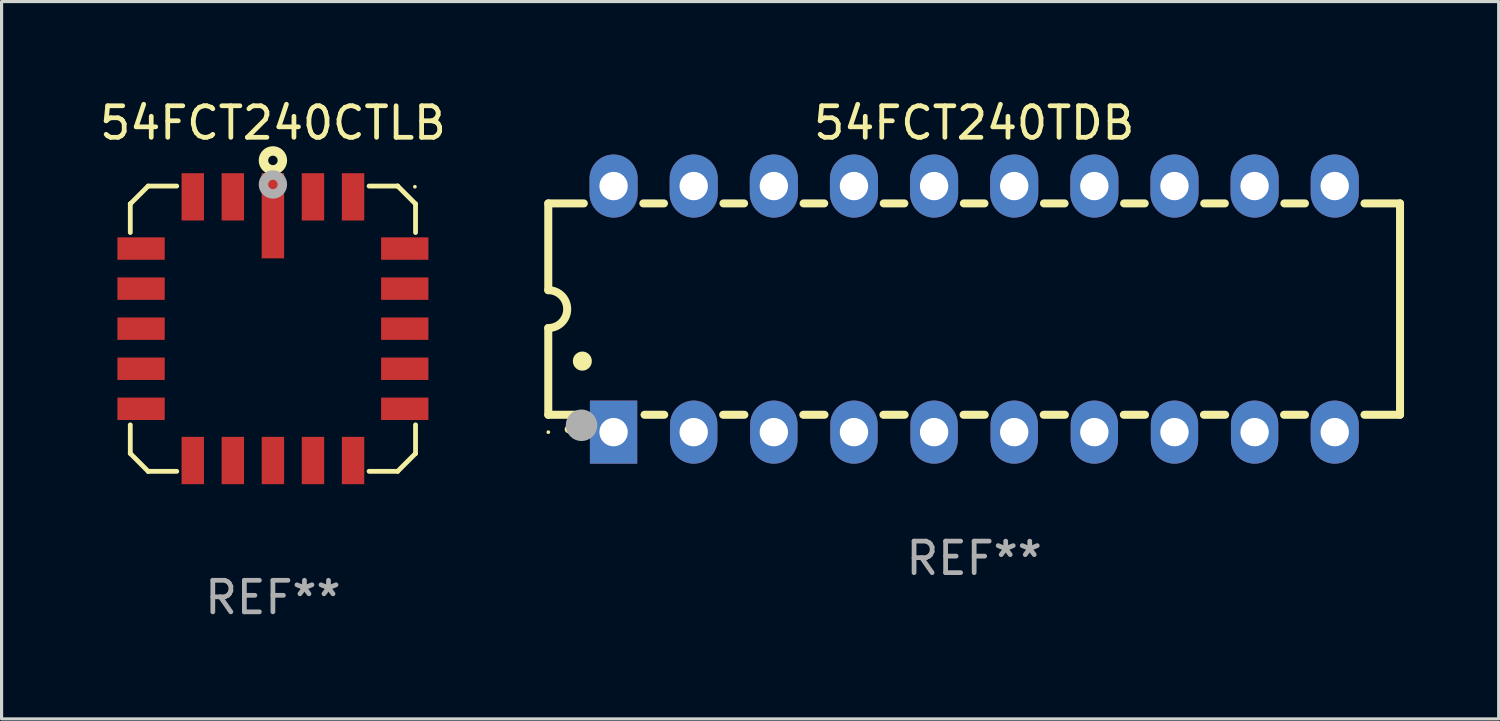
<source format=kicad_pcb>
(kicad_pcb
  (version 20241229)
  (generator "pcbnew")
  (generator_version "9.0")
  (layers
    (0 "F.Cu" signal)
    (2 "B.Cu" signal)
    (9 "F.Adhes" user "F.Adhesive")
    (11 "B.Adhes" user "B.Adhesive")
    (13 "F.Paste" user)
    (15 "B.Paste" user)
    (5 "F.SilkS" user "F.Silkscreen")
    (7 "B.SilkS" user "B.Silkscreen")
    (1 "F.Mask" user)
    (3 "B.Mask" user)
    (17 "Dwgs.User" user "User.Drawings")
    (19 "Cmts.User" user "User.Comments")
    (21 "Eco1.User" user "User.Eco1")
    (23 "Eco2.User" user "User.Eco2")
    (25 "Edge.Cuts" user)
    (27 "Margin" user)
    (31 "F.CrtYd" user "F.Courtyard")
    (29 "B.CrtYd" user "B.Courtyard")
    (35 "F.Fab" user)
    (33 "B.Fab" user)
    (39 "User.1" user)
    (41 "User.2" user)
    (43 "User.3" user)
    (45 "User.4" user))
  (footprint "54FCT240CTLB"
    (layer "F.Cu")
    (at 5.601 7.369)
    (property "Reference" "54FCT240CTLB" (at 0 -6.521 0) (layer "F.SilkS") (effects (font (size 1 1) (thickness 0.15))))
    (attr through_hole)
    (fp_line (start -4.521 -3.955) (end -3.955 -4.521) (stroke (width 0.152) (type solid)) (layer "F.SilkS"))
    (fp_line (start -4.521 -3.955) (end -4.521 -3.955) (stroke (width 0.152) (type solid)) (layer "F.SilkS"))
    (fp_line (start -4.521 -3.048) (end -4.521 -3.955) (stroke (width 0.152) (type solid)) (layer "F.SilkS"))
    (fp_line (start -4.521 3.955) (end -4.521 3.048) (stroke (width 0.152) (type solid)) (layer "F.SilkS"))
    (fp_line (start -3.955 -4.521) (end -3.048 -4.521) (stroke (width 0.152) (type solid)) (layer "F.SilkS"))
    (fp_line (start -3.955 4.521) (end -4.521 3.955) (stroke (width 0.152) (type solid)) (layer "F.SilkS"))
    (fp_line (start -3.955 4.521) (end -3.955 4.521) (stroke (width 0.152) (type solid)) (layer "F.SilkS"))
    (fp_line (start -3.048 4.521) (end -3.955 4.521) (stroke (width 0.152) (type solid)) (layer "F.SilkS"))
    (fp_line (start 3.048 -4.521) (end 3.955 -4.521) (stroke (width 0.152) (type solid)) (layer "F.SilkS"))
    (fp_line (start 3.955 -4.521) (end 3.955 -4.521) (stroke (width 0.152) (type solid)) (layer "F.SilkS"))
    (fp_line (start 3.955 -4.521) (end 4.521 -3.955) (stroke (width 0.152) (type solid)) (layer "F.SilkS"))
    (fp_line (start 3.955 4.521) (end 3.048 4.521) (stroke (width 0.152) (type solid)) (layer "F.SilkS"))
    (fp_line (start 4.521 -3.955) (end 4.521 -3.048) (stroke (width 0.152) (type solid)) (layer "F.SilkS"))
    (fp_line (start 4.521 3.048) (end 4.521 3.955) (stroke (width 0.152) (type solid)) (layer "F.SilkS"))
    (fp_line (start 4.521 3.955) (end 4.521 3.955) (stroke (width 0.152) (type solid)) (layer "F.SilkS"))
    (fp_line (start 4.521 3.955) (end 3.955 4.521) (stroke (width 0.152) (type solid)) (layer "F.SilkS"))
    (fp_circle (center 0.000025 -5.334) (end 0.15 -5.334) (stroke (width 0.3) (type solid)) (fill no) (layer "F.SilkS"))
    (fp_circle (center 4.5 -4.5) (end 4.53 -4.5) (stroke (width 0.06) (type solid)) (fill no) (layer "F.SilkS"))
    (fp_circle (center 0.000025 -4.572) (end 0.15 -4.572) (stroke (width 0.3) (type solid)) (fill no) (layer "F.Fab"))
    (fp_text user "REF**" (at 0 8.521 0) (layer "F.Fab") (effects (font (size 1 1) (thickness 0.15))))
    (pad "1" smd rect (at 0.000025 -3.579 90) (size 2.7 0.711) (layers "F.Cu" "F.Mask" "F.Paste"))
    (pad "2" smd rect (at -1.27 -4.179 90) (size 1.5 0.711) (layers "F.Cu" "F.Mask" "F.Paste"))
    (pad "3" smd rect (at -2.54 -4.179 90) (size 1.5 0.711) (layers "F.Cu" "F.Mask" "F.Paste"))
    (pad "4" smd rect (at -4.179 -2.54 90) (size 0.711 1.5) (layers "F.Cu" "F.Mask" "F.Paste"))
    (pad "5" smd rect (at -4.179 -1.27 90) (size 0.711 1.5) (layers "F.Cu" "F.Mask" "F.Paste"))
    (pad "6" smd rect (at -4.179 0.000025 90) (size 0.711 1.5) (layers "F.Cu" "F.Mask" "F.Paste"))
    (pad "7" smd rect (at -4.179 1.27 90) (size 0.711 1.5) (layers "F.Cu" "F.Mask" "F.Paste"))
    (pad "8" smd rect (at -4.179 2.54 90) (size 0.711 1.5) (layers "F.Cu" "F.Mask" "F.Paste"))
    (pad "9" smd rect (at -2.54 4.179 90) (size 1.5 0.711) (layers "F.Cu" "F.Mask" "F.Paste"))
    (pad "10" smd rect (at -1.27 4.179 90) (size 1.5 0.711) (layers "F.Cu" "F.Mask" "F.Paste"))
    (pad "11" smd rect (at 0.000025 4.179 90) (size 1.5 0.711) (layers "F.Cu" "F.Mask" "F.Paste"))
    (pad "12" smd rect (at 1.27 4.179 90) (size 1.5 0.711) (layers "F.Cu" "F.Mask" "F.Paste"))
    (pad "13" smd rect (at 2.54 4.179 90) (size 1.5 0.711) (layers "F.Cu" "F.Mask" "F.Paste"))
    (pad "14" smd rect (at 4.179 2.54 90) (size 0.711 1.5) (layers "F.Cu" "F.Mask" "F.Paste"))
    (pad "15" smd rect (at 4.179 1.27 90) (size 0.711 1.5) (layers "F.Cu" "F.Mask" "F.Paste"))
    (pad "16" smd rect (at 4.179 0.000025 90) (size 0.711 1.5) (layers "F.Cu" "F.Mask" "F.Paste"))
    (pad "17" smd rect (at 4.179 -1.27 90) (size 0.711 1.5) (layers "F.Cu" "F.Mask" "F.Paste"))
    (pad "18" smd rect (at 4.179 -2.54 90) (size 0.711 1.5) (layers "F.Cu" "F.Mask" "F.Paste"))
    (pad "19" smd rect (at 2.54 -4.179 90) (size 1.5 0.711) (layers "F.Cu" "F.Mask" "F.Paste"))
    (pad "20" smd rect (at 1.27 -4.179 90) (size 1.5 0.711) (layers "F.Cu" "F.Mask" "F.Paste")))
  (footprint "54FCT240TDB"
    (layer "F.Cu")
    (at 27.83 6.748)
    (property "Reference" "54FCT240TDB" (at 0 -5.9 0) (layer "F.SilkS") (effects (font (size 1 1) (thickness 0.15))))
    (attr through_hole)
    (fp_line (start -13.5 -3.35) (end -12.373 -3.35) (stroke (width 0.254) (type solid)) (layer "F.SilkS"))
    (fp_line (start -13.5 -0.6) (end -13.5 -3.35) (stroke (width 0.254) (type solid)) (layer "F.SilkS"))
    (fp_line (start -13.5 3.35) (end -13.5 0.6) (stroke (width 0.254) (type solid)) (layer "F.SilkS"))
    (fp_line (start -13.5 3.35) (end -12.411 3.35) (stroke (width 0.254) (type solid)) (layer "F.SilkS"))
    (fp_line (start -10.487 -3.35) (end -9.833 -3.35) (stroke (width 0.254) (type solid)) (layer "F.SilkS"))
    (fp_line (start -10.449 3.35) (end -9.824 3.35) (stroke (width 0.254) (type solid)) (layer "F.SilkS"))
    (fp_line (start -7.956 3.35) (end -7.284 3.35) (stroke (width 0.254) (type solid)) (layer "F.SilkS"))
    (fp_line (start -7.947 -3.35) (end -7.293 -3.35) (stroke (width 0.254) (type solid)) (layer "F.SilkS"))
    (fp_line (start -5.416 3.35) (end -4.744 3.35) (stroke (width 0.254) (type solid)) (layer "F.SilkS"))
    (fp_line (start -5.407 -3.35) (end -4.753 -3.35) (stroke (width 0.254) (type solid)) (layer "F.SilkS"))
    (fp_line (start -2.876 3.35) (end -2.204 3.35) (stroke (width 0.254) (type solid)) (layer "F.SilkS"))
    (fp_line (start -2.867 -3.35) (end -2.213 -3.35) (stroke (width 0.254) (type solid)) (layer "F.SilkS"))
    (fp_line (start -0.336 3.35) (end 0.336 3.35) (stroke (width 0.254) (type solid)) (layer "F.SilkS"))
    (fp_line (start -0.327 -3.35) (end 0.327 -3.35) (stroke (width 0.254) (type solid)) (layer "F.SilkS"))
    (fp_line (start 2.204 3.35) (end 2.876 3.35) (stroke (width 0.254) (type solid)) (layer "F.SilkS"))
    (fp_line (start 2.213 -3.35) (end 2.867 -3.35) (stroke (width 0.254) (type solid)) (layer "F.SilkS"))
    (fp_line (start 4.744 3.35) (end 5.416 3.35) (stroke (width 0.254) (type solid)) (layer "F.SilkS"))
    (fp_line (start 4.753 -3.35) (end 5.407 -3.35) (stroke (width 0.254) (type solid)) (layer "F.SilkS"))
    (fp_line (start 7.284 3.35) (end 7.956 3.35) (stroke (width 0.254) (type solid)) (layer "F.SilkS"))
    (fp_line (start 7.293 -3.35) (end 7.947 -3.35) (stroke (width 0.254) (type solid)) (layer "F.SilkS"))
    (fp_line (start 9.824 3.35) (end 10.487 3.35) (stroke (width 0.254) (type solid)) (layer "F.SilkS"))
    (fp_line (start 9.833 -3.35) (end 10.487 -3.35) (stroke (width 0.254) (type solid)) (layer "F.SilkS"))
    (fp_line (start 12.373 -3.35) (end 13.5 -3.35) (stroke (width 0.254) (type solid)) (layer "F.SilkS"))
    (fp_line (start 12.373 3.35) (end 13.5 3.35) (stroke (width 0.254) (type solid)) (layer "F.SilkS"))
    (fp_line (start 13.5 -3.35) (end 13.5 3.35) (stroke (width 0.254) (type solid)) (layer "F.SilkS"))
    (fp_arc (start -13.500127 -0.599442) (mid -12.900406 0.000228) (end -13.500025 0.6) (stroke (width 0.254001) (type solid)) (layer "F.SilkS"))
    (fp_arc (start -12.854966 3.810008) (mid -12.854973 3.808738) (end -12.854966 3.807468) (stroke (width 0.25) (type solid)) (layer "F.SilkS"))
    (fp_arc (start -12.420625 1.651003) (mid -12.420636 1.648463) (end -12.420625 1.645923) (stroke (width 0.6) (type solid)) (layer "F.SilkS"))
    (fp_circle (center -13.5 3.9) (end -13.47 3.9) (stroke (width 0.06) (type solid)) (fill no) (layer "F.SilkS"))
    (fp_circle (center -12.446 3.683) (end -12.196 3.683) (stroke (width 0.5) (type solid)) (fill no) (layer "F.Fab"))
    (fp_text user "REF**" (at 0 7.9 0) (layer "F.Fab") (effects (font (size 1 1) (thickness 0.15))))
    (pad "1" thru_hole rect (at -11.43 3.9 90) (size 2 1.5) (drill 0.9) (layers "*.Cu" "*.Mask"))
    (pad "2" thru_hole oval (at -8.89 3.9 90) (size 2 1.5) (drill 0.9) (layers "*.Cu" "*.Mask"))
    (pad "3" thru_hole oval (at -6.35 3.9 90) (size 2 1.5) (drill 0.9) (layers "*.Cu" "*.Mask"))
    (pad "4" thru_hole oval (at -3.81 3.9 90) (size 2 1.5) (drill 0.9) (layers "*.Cu" "*.Mask"))
    (pad "5" thru_hole oval (at -1.27 3.9 90) (size 2 1.5) (drill 0.9) (layers "*.Cu" "*.Mask"))
    (pad "6" thru_hole oval (at 1.27 3.9 90) (size 2 1.5) (drill 0.9) (layers "*.Cu" "*.Mask"))
    (pad "7" thru_hole oval (at 3.81 3.9 90) (size 2 1.5) (drill 0.9) (layers "*.Cu" "*.Mask"))
    (pad "8" thru_hole oval (at 6.35 3.9 90) (size 2 1.5) (drill 0.9) (layers "*.Cu" "*.Mask"))
    (pad "9" thru_hole oval (at 8.89 3.9 90) (size 2 1.5) (drill 0.9) (layers "*.Cu" "*.Mask"))
    (pad "10" thru_hole oval (at 11.43 3.9 90) (size 2 1.524) (drill 0.9) (layers "*.Cu" "*.Mask"))
    (pad "11" thru_hole oval (at 11.43 -3.9 90) (size 2 1.524) (drill 0.9) (layers "*.Cu" "*.Mask"))
    (pad "12" thru_hole oval (at 8.89 -3.9 90) (size 2 1.524) (drill 0.9) (layers "*.Cu" "*.Mask"))
    (pad "13" thru_hole oval (at 6.35 -3.9 90) (size 2 1.524) (drill 0.9) (layers "*.Cu" "*.Mask"))
    (pad "14" thru_hole oval (at 3.81 -3.9 90) (size 2 1.524) (drill 0.9) (layers "*.Cu" "*.Mask"))
    (pad "15" thru_hole oval (at 1.27 -3.9 90) (size 2 1.524) (drill 0.9) (layers "*.Cu" "*.Mask"))
    (pad "16" thru_hole oval (at -1.27 -3.9 90) (size 2 1.524) (drill 0.9) (layers "*.Cu" "*.Mask"))
    (pad "17" thru_hole oval (at -3.81 -3.9 90) (size 2 1.524) (drill 0.9) (layers "*.Cu" "*.Mask"))
    (pad "18" thru_hole oval (at -6.35 -3.9 90) (size 2 1.524) (drill 0.9) (layers "*.Cu" "*.Mask"))
    (pad "19" thru_hole oval (at -8.89 -3.9 90) (size 2 1.524) (drill 0.9) (layers "*.Cu" "*.Mask"))
    (pad "20" thru_hole oval (at -11.43 -3.9 90) (size 2 1.524) (drill 0.9) (layers "*.Cu" "*.Mask")))
  (gr_rect
    (start -3 -3)
    (end 44.457 19.739)
    (stroke (width 0.1) (type default))
    (fill no)
    (layer "Edge.Cuts")))
</source>
